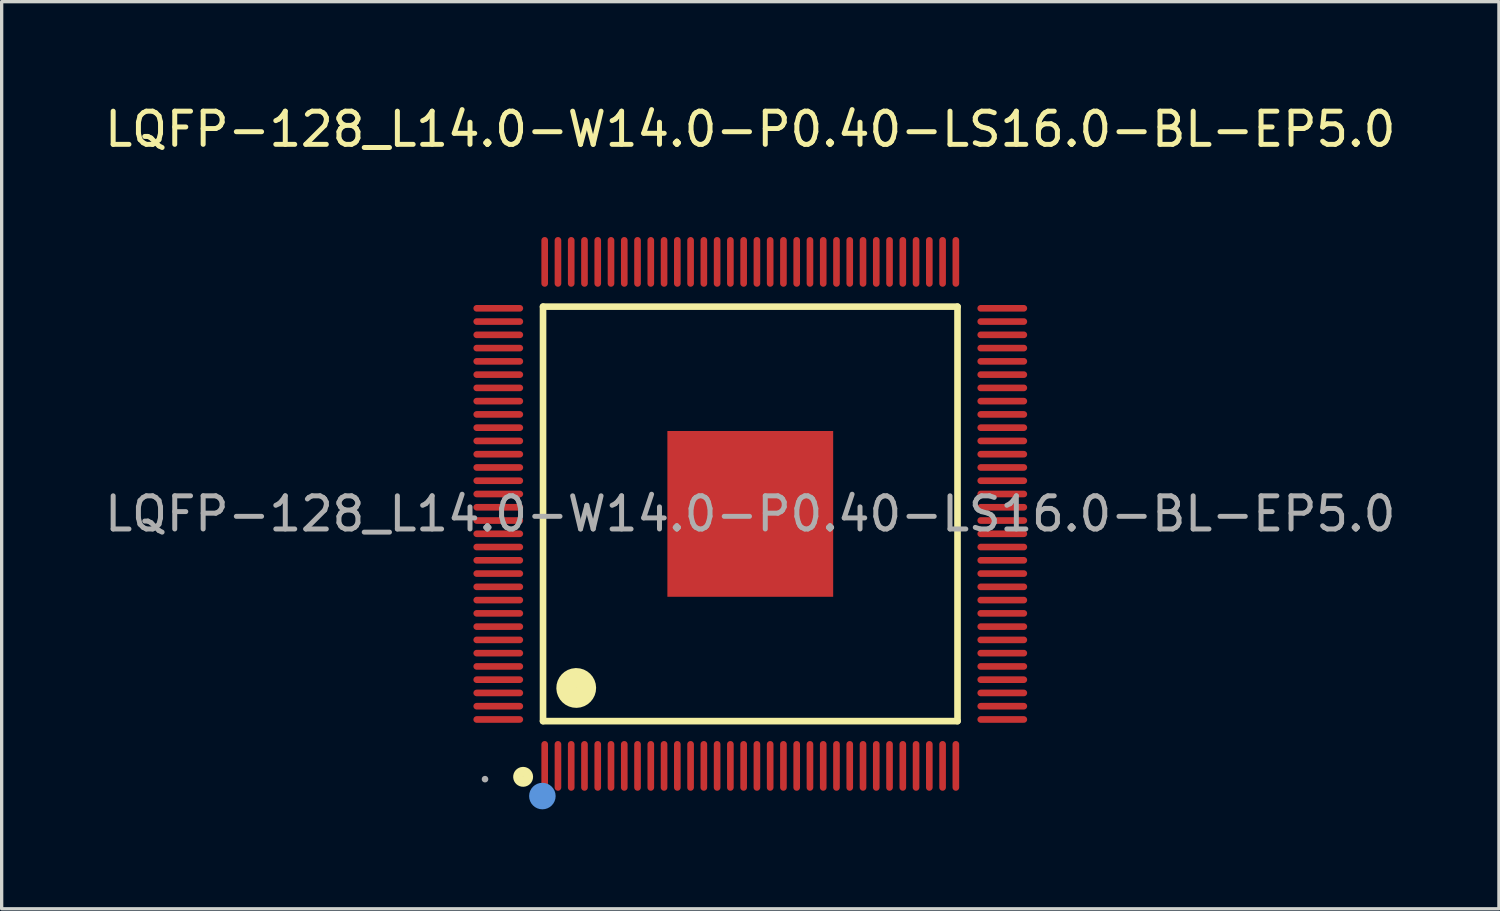
<source format=kicad_pcb>
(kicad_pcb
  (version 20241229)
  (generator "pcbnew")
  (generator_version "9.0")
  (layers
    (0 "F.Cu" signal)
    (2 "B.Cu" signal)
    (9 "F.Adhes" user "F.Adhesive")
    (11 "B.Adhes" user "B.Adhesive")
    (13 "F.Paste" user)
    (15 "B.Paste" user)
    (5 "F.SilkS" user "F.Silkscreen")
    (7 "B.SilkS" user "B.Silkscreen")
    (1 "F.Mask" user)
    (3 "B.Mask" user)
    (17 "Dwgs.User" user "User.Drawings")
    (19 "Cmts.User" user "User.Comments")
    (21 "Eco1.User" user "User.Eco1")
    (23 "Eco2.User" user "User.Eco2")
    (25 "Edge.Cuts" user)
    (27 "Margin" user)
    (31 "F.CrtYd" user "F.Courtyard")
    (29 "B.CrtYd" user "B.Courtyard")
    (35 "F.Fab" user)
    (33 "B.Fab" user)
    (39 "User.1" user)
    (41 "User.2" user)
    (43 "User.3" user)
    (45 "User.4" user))
  (footprint "LQFP-128_L14.0-W14.0-P0.40-LS16.0-BL-EP5.0"
    (layer "F.Cu")
    (at 19.577 12.448)
    (property "Reference" "LQFP-128_L14.0-W14.0-P0.40-LS16.0-BL-EP5.0" (at 0 -11.6 0) (layer "F.SilkS") (effects (font (size 1 1) (thickness 0.15))))
    (attr smd)
    (fp_line (start -6.25 -6.25) (end 6.25 -6.25) (stroke (width 0.2) (type solid)) (layer "F.SilkS"))
    (fp_line (start -6.25 6.25) (end -6.25 -6.25) (stroke (width 0.2) (type solid)) (layer "F.SilkS"))
    (fp_line (start 6.25 -6.25) (end 6.25 6.25) (stroke (width 0.2) (type solid)) (layer "F.SilkS"))
    (fp_line (start 6.25 6.25) (end -6.25 6.25) (stroke (width 0.2) (type solid)) (layer "F.SilkS"))
    (fp_arc (start -6.85 7.78) (mid -6.845001 8.079917) (end -6.859993 7.780333) (stroke (width 0.3) (type solid)) (layer "F.SilkS"))
    (fp_arc (start -5.25 4.95) (mid -5.245 5.549958) (end -5.259999 4.950167) (stroke (width 0.6) (type solid)) (layer "F.SilkS"))
    (fp_circle (center -6.27 8.51) (end -6.07 8.51) (stroke (width 0.4) (type solid)) (fill no) (layer "Cmts.User"))
    (fp_circle (center -8 8) (end -7.95 8) (stroke (width 0.1) (type solid)) (fill no) (layer "F.Fab"))
    (fp_text user "${REFERENCE}" (at 0 0 0) (layer "F.Fab") (effects (font (size 1 1) (thickness 0.15))))
    (pad "1" smd oval (at -6.2 7.6) (size 0.2 1.5) (layers "F.Cu" "F.Mask" "F.Paste"))
    (pad "2" smd oval (at -5.8 7.6) (size 0.2 1.5) (layers "F.Cu" "F.Mask" "F.Paste"))
    (pad "3" smd oval (at -5.4 7.6) (size 0.2 1.5) (layers "F.Cu" "F.Mask" "F.Paste"))
    (pad "4" smd oval (at -5 7.6) (size 0.2 1.5) (layers "F.Cu" "F.Mask" "F.Paste"))
    (pad "5" smd oval (at -4.6 7.6) (size 0.2 1.5) (layers "F.Cu" "F.Mask" "F.Paste"))
    (pad "6" smd oval (at -4.2 7.6) (size 0.2 1.5) (layers "F.Cu" "F.Mask" "F.Paste"))
    (pad "7" smd oval (at -3.8 7.6) (size 0.2 1.5) (layers "F.Cu" "F.Mask" "F.Paste"))
    (pad "8" smd oval (at -3.4 7.6) (size 0.2 1.5) (layers "F.Cu" "F.Mask" "F.Paste"))
    (pad "9" smd oval (at -3 7.6) (size 0.2 1.5) (layers "F.Cu" "F.Mask" "F.Paste"))
    (pad "10" smd oval (at -2.6 7.6) (size 0.2 1.5) (layers "F.Cu" "F.Mask" "F.Paste"))
    (pad "11" smd oval (at -2.2 7.6) (size 0.2 1.5) (layers "F.Cu" "F.Mask" "F.Paste"))
    (pad "12" smd oval (at -1.8 7.6) (size 0.2 1.5) (layers "F.Cu" "F.Mask" "F.Paste"))
    (pad "13" smd oval (at -1.4 7.6) (size 0.2 1.5) (layers "F.Cu" "F.Mask" "F.Paste"))
    (pad "14" smd oval (at -1 7.6) (size 0.2 1.5) (layers "F.Cu" "F.Mask" "F.Paste"))
    (pad "15" smd oval (at -0.6 7.6) (size 0.2 1.5) (layers "F.Cu" "F.Mask" "F.Paste"))
    (pad "16" smd oval (at -0.2 7.6) (size 0.2 1.5) (layers "F.Cu" "F.Mask" "F.Paste"))
    (pad "17" smd oval (at 0.2 7.6) (size 0.2 1.5) (layers "F.Cu" "F.Mask" "F.Paste"))
    (pad "18" smd oval (at 0.6 7.6) (size 0.2 1.5) (layers "F.Cu" "F.Mask" "F.Paste"))
    (pad "19" smd oval (at 1 7.6) (size 0.2 1.5) (layers "F.Cu" "F.Mask" "F.Paste"))
    (pad "20" smd oval (at 1.4 7.6) (size 0.2 1.5) (layers "F.Cu" "F.Mask" "F.Paste"))
    (pad "21" smd oval (at 1.8 7.6) (size 0.2 1.5) (layers "F.Cu" "F.Mask" "F.Paste"))
    (pad "22" smd oval (at 2.2 7.6) (size 0.2 1.5) (layers "F.Cu" "F.Mask" "F.Paste"))
    (pad "23" smd oval (at 2.6 7.6) (size 0.2 1.5) (layers "F.Cu" "F.Mask" "F.Paste"))
    (pad "24" smd oval (at 3 7.6) (size 0.2 1.5) (layers "F.Cu" "F.Mask" "F.Paste"))
    (pad "25" smd oval (at 3.4 7.6) (size 0.2 1.5) (layers "F.Cu" "F.Mask" "F.Paste"))
    (pad "26" smd oval (at 3.8 7.6) (size 0.2 1.5) (layers "F.Cu" "F.Mask" "F.Paste"))
    (pad "27" smd oval (at 4.2 7.6) (size 0.2 1.5) (layers "F.Cu" "F.Mask" "F.Paste"))
    (pad "28" smd oval (at 4.6 7.6) (size 0.2 1.5) (layers "F.Cu" "F.Mask" "F.Paste"))
    (pad "29" smd oval (at 5 7.6) (size 0.2 1.5) (layers "F.Cu" "F.Mask" "F.Paste"))
    (pad "30" smd oval (at 5.4 7.6) (size 0.2 1.5) (layers "F.Cu" "F.Mask" "F.Paste"))
    (pad "31" smd oval (at 5.8 7.6) (size 0.2 1.5) (layers "F.Cu" "F.Mask" "F.Paste"))
    (pad "32" smd oval (at 6.2 7.6) (size 0.2 1.5) (layers "F.Cu" "F.Mask" "F.Paste"))
    (pad "33" smd oval (at 7.6 6.2 90) (size 0.2 1.5) (layers "F.Cu" "F.Mask" "F.Paste"))
    (pad "34" smd oval (at 7.6 5.8 90) (size 0.2 1.5) (layers "F.Cu" "F.Mask" "F.Paste"))
    (pad "35" smd oval (at 7.6 5.4 90) (size 0.2 1.5) (layers "F.Cu" "F.Mask" "F.Paste"))
    (pad "36" smd oval (at 7.6 5 90) (size 0.2 1.5) (layers "F.Cu" "F.Mask" "F.Paste"))
    (pad "37" smd oval (at 7.6 4.6 90) (size 0.2 1.5) (layers "F.Cu" "F.Mask" "F.Paste"))
    (pad "38" smd oval (at 7.6 4.2 90) (size 0.2 1.5) (layers "F.Cu" "F.Mask" "F.Paste"))
    (pad "39" smd oval (at 7.6 3.8 90) (size 0.2 1.5) (layers "F.Cu" "F.Mask" "F.Paste"))
    (pad "40" smd oval (at 7.6 3.4 90) (size 0.2 1.5) (layers "F.Cu" "F.Mask" "F.Paste"))
    (pad "41" smd oval (at 7.6 3 90) (size 0.2 1.5) (layers "F.Cu" "F.Mask" "F.Paste"))
    (pad "42" smd oval (at 7.6 2.6 90) (size 0.2 1.5) (layers "F.Cu" "F.Mask" "F.Paste"))
    (pad "43" smd oval (at 7.6 2.2 90) (size 0.2 1.5) (layers "F.Cu" "F.Mask" "F.Paste"))
    (pad "44" smd oval (at 7.6 1.8 90) (size 0.2 1.5) (layers "F.Cu" "F.Mask" "F.Paste"))
    (pad "45" smd oval (at 7.6 1.4 90) (size 0.2 1.5) (layers "F.Cu" "F.Mask" "F.Paste"))
    (pad "46" smd oval (at 7.6 1 90) (size 0.2 1.5) (layers "F.Cu" "F.Mask" "F.Paste"))
    (pad "47" smd oval (at 7.6 0.6 90) (size 0.2 1.5) (layers "F.Cu" "F.Mask" "F.Paste"))
    (pad "48" smd oval (at 7.6 0.2 90) (size 0.2 1.5) (layers "F.Cu" "F.Mask" "F.Paste"))
    (pad "49" smd oval (at 7.6 -0.2 90) (size 0.2 1.5) (layers "F.Cu" "F.Mask" "F.Paste"))
    (pad "50" smd oval (at 7.6 -0.6 90) (size 0.2 1.5) (layers "F.Cu" "F.Mask" "F.Paste"))
    (pad "51" smd oval (at 7.6 -1 90) (size 0.2 1.5) (layers "F.Cu" "F.Mask" "F.Paste"))
    (pad "52" smd oval (at 7.6 -1.4 90) (size 0.2 1.5) (layers "F.Cu" "F.Mask" "F.Paste"))
    (pad "53" smd oval (at 7.6 -1.8 90) (size 0.2 1.5) (layers "F.Cu" "F.Mask" "F.Paste"))
    (pad "54" smd oval (at 7.6 -2.2 90) (size 0.2 1.5) (layers "F.Cu" "F.Mask" "F.Paste"))
    (pad "55" smd oval (at 7.6 -2.6 90) (size 0.2 1.5) (layers "F.Cu" "F.Mask" "F.Paste"))
    (pad "56" smd oval (at 7.6 -3 90) (size 0.2 1.5) (layers "F.Cu" "F.Mask" "F.Paste"))
    (pad "57" smd oval (at 7.6 -3.4 90) (size 0.2 1.5) (layers "F.Cu" "F.Mask" "F.Paste"))
    (pad "58" smd oval (at 7.6 -3.8 90) (size 0.2 1.5) (layers "F.Cu" "F.Mask" "F.Paste"))
    (pad "59" smd oval (at 7.6 -4.2 90) (size 0.2 1.5) (layers "F.Cu" "F.Mask" "F.Paste"))
    (pad "60" smd oval (at 7.6 -4.6 90) (size 0.2 1.5) (layers "F.Cu" "F.Mask" "F.Paste"))
    (pad "61" smd oval (at 7.6 -5 90) (size 0.2 1.5) (layers "F.Cu" "F.Mask" "F.Paste"))
    (pad "62" smd oval (at 7.6 -5.4 90) (size 0.2 1.5) (layers "F.Cu" "F.Mask" "F.Paste"))
    (pad "63" smd oval (at 7.6 -5.8 90) (size 0.2 1.5) (layers "F.Cu" "F.Mask" "F.Paste"))
    (pad "64" smd oval (at 7.6 -6.2 90) (size 0.2 1.5) (layers "F.Cu" "F.Mask" "F.Paste"))
    (pad "65" smd oval (at 6.2 -7.6 180) (size 0.2 1.5) (layers "F.Cu" "F.Mask" "F.Paste"))
    (pad "66" smd oval (at 5.8 -7.6 180) (size 0.2 1.5) (layers "F.Cu" "F.Mask" "F.Paste"))
    (pad "67" smd oval (at 5.4 -7.6 180) (size 0.2 1.5) (layers "F.Cu" "F.Mask" "F.Paste"))
    (pad "68" smd oval (at 5 -7.6 180) (size 0.2 1.5) (layers "F.Cu" "F.Mask" "F.Paste"))
    (pad "69" smd oval (at 4.6 -7.6 180) (size 0.2 1.5) (layers "F.Cu" "F.Mask" "F.Paste"))
    (pad "70" smd oval (at 4.2 -7.6 180) (size 0.2 1.5) (layers "F.Cu" "F.Mask" "F.Paste"))
    (pad "71" smd oval (at 3.8 -7.6 180) (size 0.2 1.5) (layers "F.Cu" "F.Mask" "F.Paste"))
    (pad "72" smd oval (at 3.4 -7.6 180) (size 0.2 1.5) (layers "F.Cu" "F.Mask" "F.Paste"))
    (pad "73" smd oval (at 3 -7.6 180) (size 0.2 1.5) (layers "F.Cu" "F.Mask" "F.Paste"))
    (pad "74" smd oval (at 2.6 -7.6 180) (size 0.2 1.5) (layers "F.Cu" "F.Mask" "F.Paste"))
    (pad "75" smd oval (at 2.2 -7.6 180) (size 0.2 1.5) (layers "F.Cu" "F.Mask" "F.Paste"))
    (pad "76" smd oval (at 1.8 -7.6 180) (size 0.2 1.5) (layers "F.Cu" "F.Mask" "F.Paste"))
    (pad "77" smd oval (at 1.4 -7.6 180) (size 0.2 1.5) (layers "F.Cu" "F.Mask" "F.Paste"))
    (pad "78" smd oval (at 1 -7.6 180) (size 0.2 1.5) (layers "F.Cu" "F.Mask" "F.Paste"))
    (pad "79" smd oval (at 0.6 -7.6 180) (size 0.2 1.5) (layers "F.Cu" "F.Mask" "F.Paste"))
    (pad "80" smd oval (at 0.2 -7.6 180) (size 0.2 1.5) (layers "F.Cu" "F.Mask" "F.Paste"))
    (pad "81" smd oval (at -0.2 -7.6 180) (size 0.2 1.5) (layers "F.Cu" "F.Mask" "F.Paste"))
    (pad "82" smd oval (at -0.6 -7.6 180) (size 0.2 1.5) (layers "F.Cu" "F.Mask" "F.Paste"))
    (pad "83" smd oval (at -1 -7.6 180) (size 0.2 1.5) (layers "F.Cu" "F.Mask" "F.Paste"))
    (pad "84" smd oval (at -1.4 -7.6 180) (size 0.2 1.5) (layers "F.Cu" "F.Mask" "F.Paste"))
    (pad "85" smd oval (at -1.8 -7.6 180) (size 0.2 1.5) (layers "F.Cu" "F.Mask" "F.Paste"))
    (pad "86" smd oval (at -2.2 -7.6 180) (size 0.2 1.5) (layers "F.Cu" "F.Mask" "F.Paste"))
    (pad "87" smd oval (at -2.6 -7.6 180) (size 0.2 1.5) (layers "F.Cu" "F.Mask" "F.Paste"))
    (pad "88" smd oval (at -3 -7.6 180) (size 0.2 1.5) (layers "F.Cu" "F.Mask" "F.Paste"))
    (pad "89" smd oval (at -3.4 -7.6 180) (size 0.2 1.5) (layers "F.Cu" "F.Mask" "F.Paste"))
    (pad "90" smd oval (at -3.8 -7.6 180) (size 0.2 1.5) (layers "F.Cu" "F.Mask" "F.Paste"))
    (pad "91" smd oval (at -4.2 -7.6 180) (size 0.2 1.5) (layers "F.Cu" "F.Mask" "F.Paste"))
    (pad "92" smd oval (at -4.6 -7.6 180) (size 0.2 1.5) (layers "F.Cu" "F.Mask" "F.Paste"))
    (pad "93" smd oval (at -5 -7.6 180) (size 0.2 1.5) (layers "F.Cu" "F.Mask" "F.Paste"))
    (pad "94" smd oval (at -5.4 -7.6 180) (size 0.2 1.5) (layers "F.Cu" "F.Mask" "F.Paste"))
    (pad "95" smd oval (at -5.8 -7.6 180) (size 0.2 1.5) (layers "F.Cu" "F.Mask" "F.Paste"))
    (pad "96" smd oval (at -6.2 -7.6 180) (size 0.2 1.5) (layers "F.Cu" "F.Mask" "F.Paste"))
    (pad "97" smd oval (at -7.6 -6.2 270) (size 0.2 1.5) (layers "F.Cu" "F.Mask" "F.Paste"))
    (pad "98" smd oval (at -7.6 -5.8 270) (size 0.2 1.5) (layers "F.Cu" "F.Mask" "F.Paste"))
    (pad "99" smd oval (at -7.6 -5.4 270) (size 0.2 1.5) (layers "F.Cu" "F.Mask" "F.Paste"))
    (pad "100" smd oval (at -7.6 -5 270) (size 0.2 1.5) (layers "F.Cu" "F.Mask" "F.Paste"))
    (pad "101" smd oval (at -7.6 -4.6 270) (size 0.2 1.5) (layers "F.Cu" "F.Mask" "F.Paste"))
    (pad "102" smd oval (at -7.6 -4.2 270) (size 0.2 1.5) (layers "F.Cu" "F.Mask" "F.Paste"))
    (pad "103" smd oval (at -7.6 -3.8 270) (size 0.2 1.5) (layers "F.Cu" "F.Mask" "F.Paste"))
    (pad "104" smd oval (at -7.6 -3.4 270) (size 0.2 1.5) (layers "F.Cu" "F.Mask" "F.Paste"))
    (pad "105" smd oval (at -7.6 -3 270) (size 0.2 1.5) (layers "F.Cu" "F.Mask" "F.Paste"))
    (pad "106" smd oval (at -7.6 -2.6 270) (size 0.2 1.5) (layers "F.Cu" "F.Mask" "F.Paste"))
    (pad "107" smd oval (at -7.6 -2.2 270) (size 0.2 1.5) (layers "F.Cu" "F.Mask" "F.Paste"))
    (pad "108" smd oval (at -7.6 -1.8 270) (size 0.2 1.5) (layers "F.Cu" "F.Mask" "F.Paste"))
    (pad "109" smd oval (at -7.6 -1.4 270) (size 0.2 1.5) (layers "F.Cu" "F.Mask" "F.Paste"))
    (pad "110" smd oval (at -7.6 -1 270) (size 0.2 1.5) (layers "F.Cu" "F.Mask" "F.Paste"))
    (pad "111" smd oval (at -7.6 -0.6 270) (size 0.2 1.5) (layers "F.Cu" "F.Mask" "F.Paste"))
    (pad "112" smd oval (at -7.6 -0.2 270) (size 0.2 1.5) (layers "F.Cu" "F.Mask" "F.Paste"))
    (pad "113" smd oval (at -7.6 0.2 270) (size 0.2 1.5) (layers "F.Cu" "F.Mask" "F.Paste"))
    (pad "114" smd oval (at -7.6 0.6 270) (size 0.2 1.5) (layers "F.Cu" "F.Mask" "F.Paste"))
    (pad "115" smd oval (at -7.6 1 270) (size 0.2 1.5) (layers "F.Cu" "F.Mask" "F.Paste"))
    (pad "116" smd oval (at -7.6 1.4 270) (size 0.2 1.5) (layers "F.Cu" "F.Mask" "F.Paste"))
    (pad "117" smd oval (at -7.6 1.8 270) (size 0.2 1.5) (layers "F.Cu" "F.Mask" "F.Paste"))
    (pad "118" smd oval (at -7.6 2.2 270) (size 0.2 1.5) (layers "F.Cu" "F.Mask" "F.Paste"))
    (pad "119" smd oval (at -7.6 2.6 270) (size 0.2 1.5) (layers "F.Cu" "F.Mask" "F.Paste"))
    (pad "120" smd oval (at -7.6 3 270) (size 0.2 1.5) (layers "F.Cu" "F.Mask" "F.Paste"))
    (pad "121" smd oval (at -7.6 3.4 270) (size 0.2 1.5) (layers "F.Cu" "F.Mask" "F.Paste"))
    (pad "122" smd oval (at -7.6 3.8 270) (size 0.2 1.5) (layers "F.Cu" "F.Mask" "F.Paste"))
    (pad "123" smd oval (at -7.6 4.2 270) (size 0.2 1.5) (layers "F.Cu" "F.Mask" "F.Paste"))
    (pad "124" smd oval (at -7.6 4.6 270) (size 0.2 1.5) (layers "F.Cu" "F.Mask" "F.Paste"))
    (pad "125" smd oval (at -7.6 5 270) (size 0.2 1.5) (layers "F.Cu" "F.Mask" "F.Paste"))
    (pad "126" smd oval (at -7.6 5.4 270) (size 0.2 1.5) (layers "F.Cu" "F.Mask" "F.Paste"))
    (pad "127" smd oval (at -7.6 5.8 270) (size 0.2 1.5) (layers "F.Cu" "F.Mask" "F.Paste"))
    (pad "128" smd oval (at -7.6 6.2 270) (size 0.2 1.5) (layers "F.Cu" "F.Mask" "F.Paste"))
    (pad "129" smd rect (at 0 0 180) (size 5 5) (layers "F.Cu" "F.Mask" "F.Paste")))
  (gr_rect
    (start -3 -3)
    (end 42.155 24.358)
    (stroke (width 0.1) (type default))
    (fill no)
    (layer "Edge.Cuts")))
</source>
